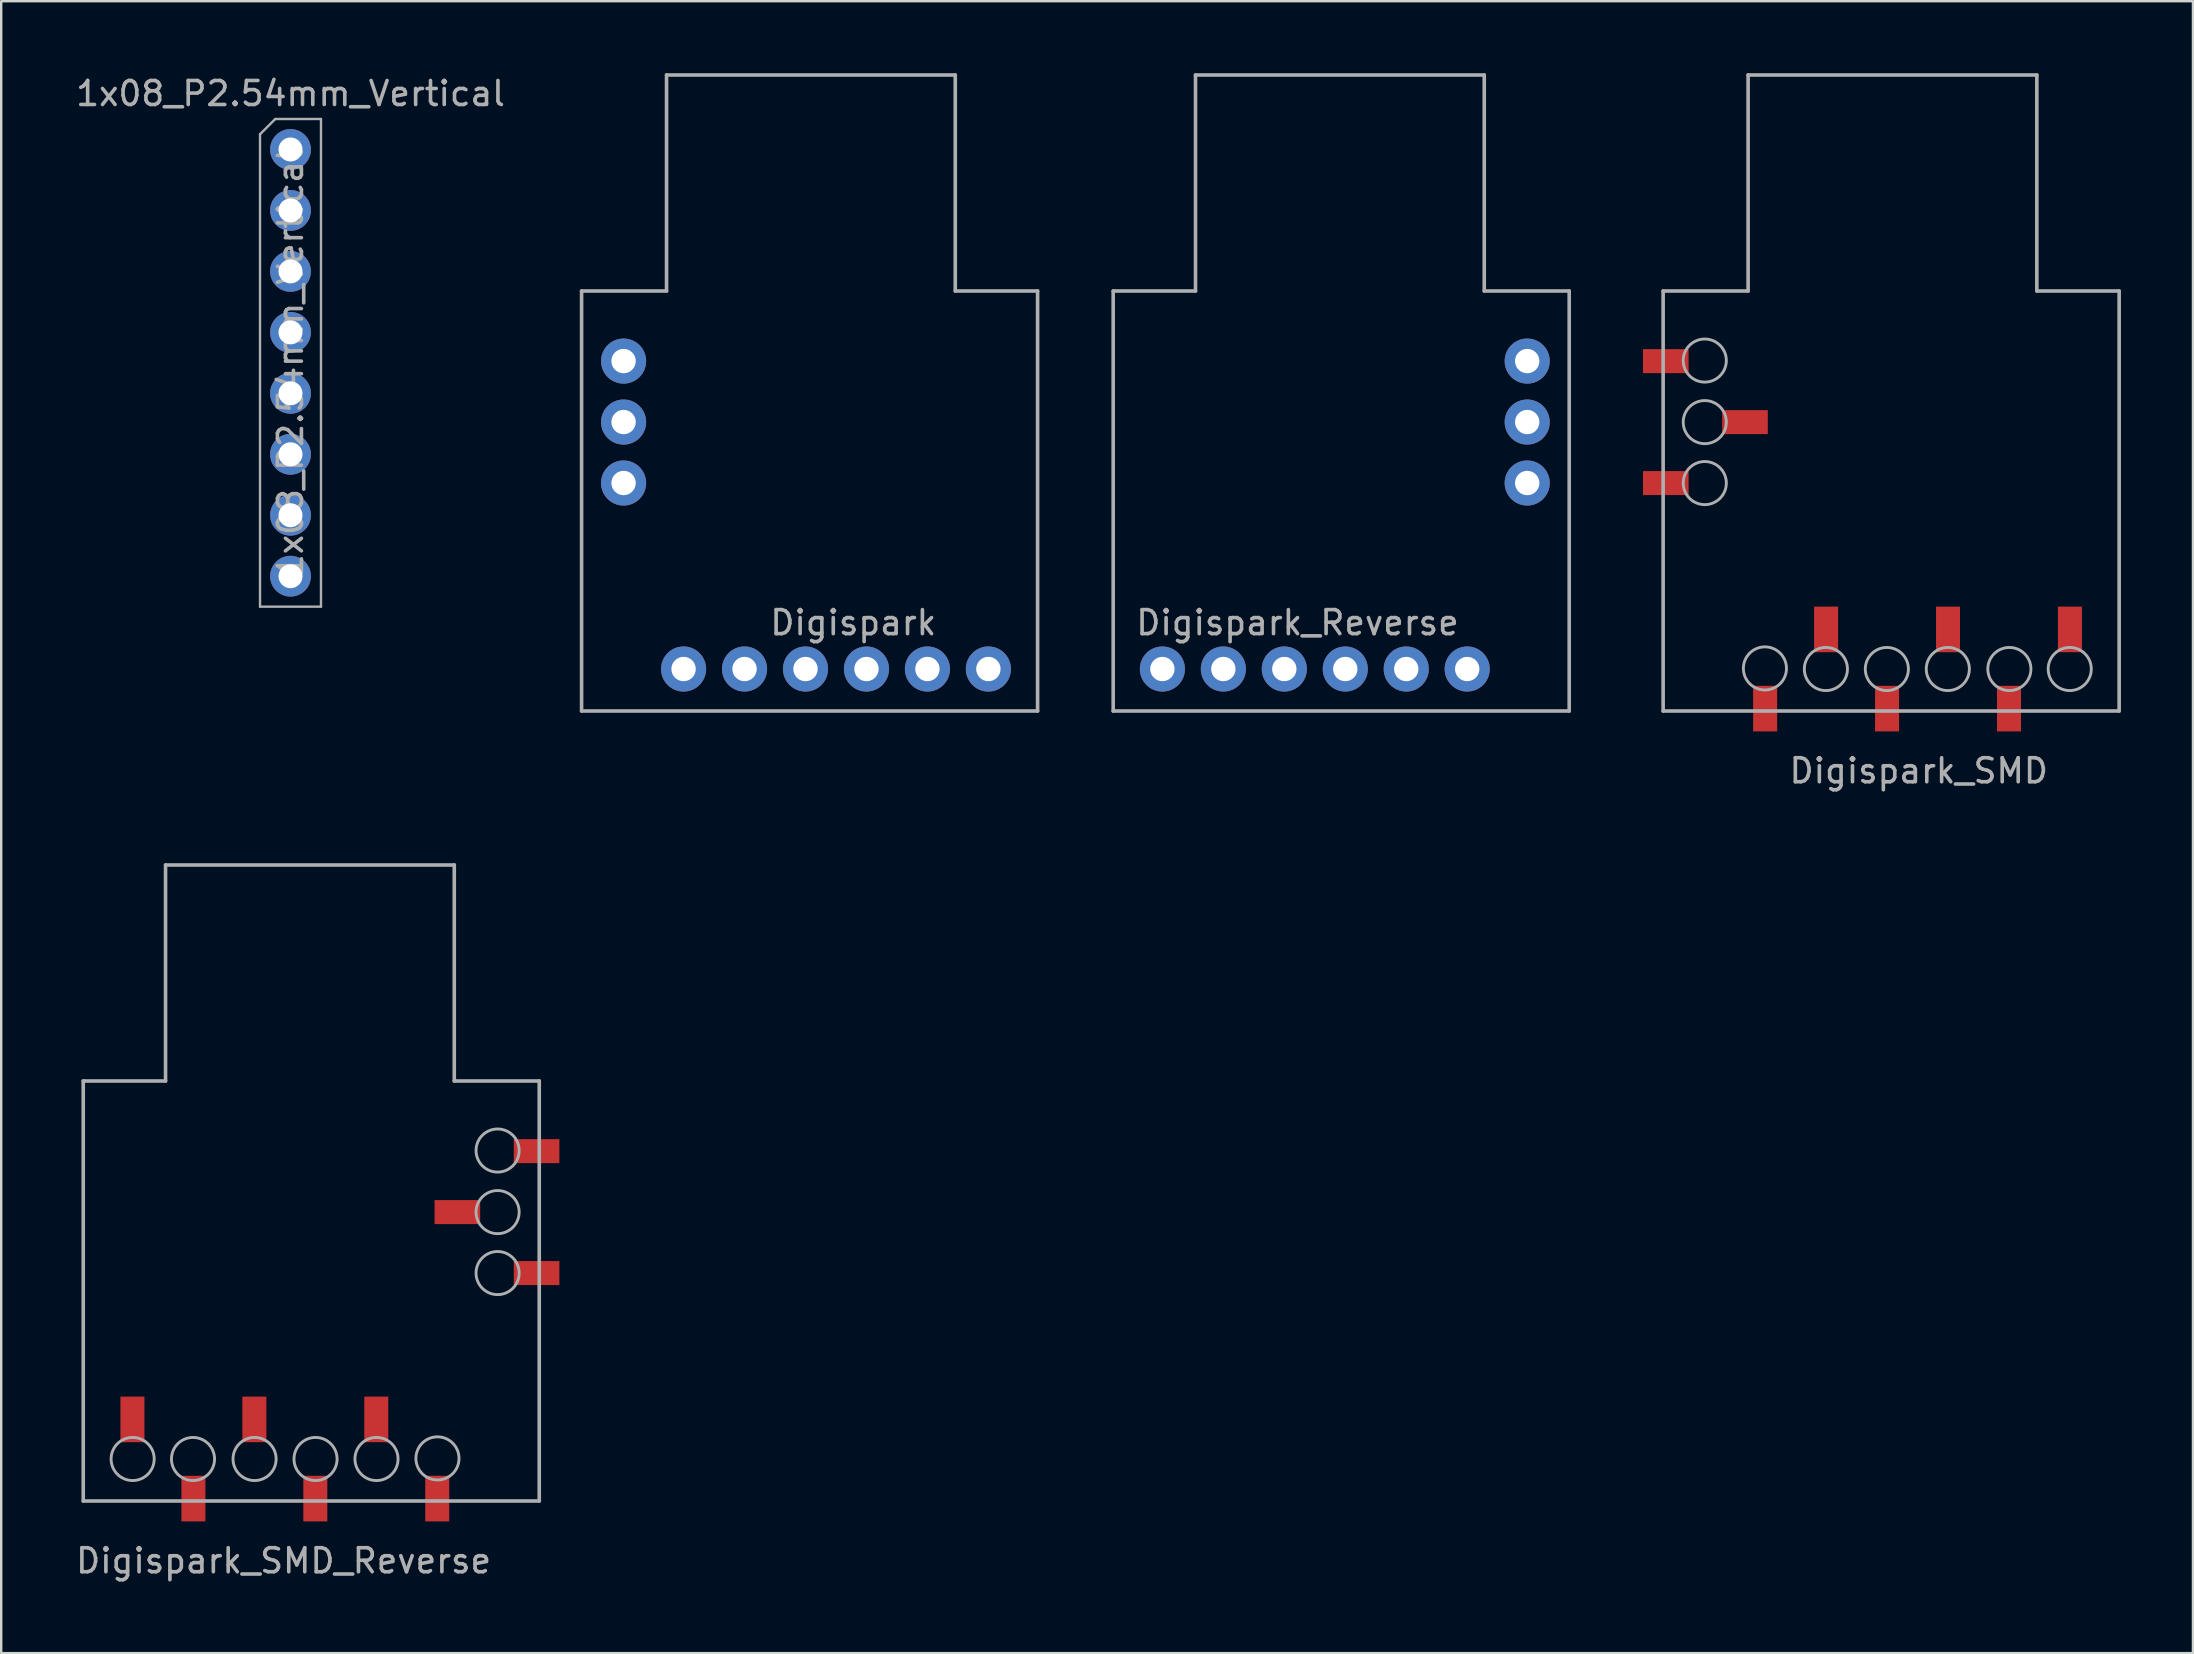
<source format=kicad_pcb>
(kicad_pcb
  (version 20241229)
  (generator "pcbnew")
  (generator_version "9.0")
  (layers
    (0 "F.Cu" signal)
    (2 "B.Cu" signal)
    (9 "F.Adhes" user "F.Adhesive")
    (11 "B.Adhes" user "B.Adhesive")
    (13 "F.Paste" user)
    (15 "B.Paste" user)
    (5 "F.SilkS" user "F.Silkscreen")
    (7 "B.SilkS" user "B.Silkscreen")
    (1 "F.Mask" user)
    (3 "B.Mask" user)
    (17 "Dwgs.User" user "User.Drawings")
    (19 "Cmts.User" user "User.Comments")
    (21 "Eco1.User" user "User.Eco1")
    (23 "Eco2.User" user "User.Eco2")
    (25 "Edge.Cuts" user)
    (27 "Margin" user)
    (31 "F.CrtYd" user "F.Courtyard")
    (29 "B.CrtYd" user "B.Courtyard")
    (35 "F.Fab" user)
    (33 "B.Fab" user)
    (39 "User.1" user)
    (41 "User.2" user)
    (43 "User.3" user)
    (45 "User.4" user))
  (footprint "Digispark_SMD_Reverse"
    (layer "F.Cu")
    (at 9.123 57.74)
    (property "Reference" "Digispark_SMD_Reverse" (at -0.356 4.242 180) (layer "F.Fab") (effects (font (size 1 1) (thickness 0.15))))
    (attr through_hole)
    (fp_line (start -8.705 -15.75) (end -8.705 1.75) (stroke (width 0.15) (type solid)) (layer "F.Fab"))
    (fp_line (start -5.275 -24.75) (end -5.275 -15.75) (stroke (width 0.15) (type solid)) (layer "F.Fab"))
    (fp_line (start -5.275 -24.75) (end 6.755 -24.75) (stroke (width 0.15) (type solid)) (layer "F.Fab"))
    (fp_line (start -5.275 -15.75) (end -8.705 -15.75) (stroke (width 0.15) (type solid)) (layer "F.Fab"))
    (fp_line (start 6.755 -24.75) (end 6.755 -15.75) (stroke (width 0.15) (type solid)) (layer "F.Fab"))
    (fp_line (start 6.755 -15.75) (end 10.295 -15.75) (stroke (width 0.15) (type solid)) (layer "F.Fab"))
    (fp_line (start 10.295 -15.75) (end 10.295 1.75) (stroke (width 0.15) (type solid)) (layer "F.Fab"))
    (fp_line (start 10.295 1.75) (end -8.705 1.75) (stroke (width 0.15) (type solid)) (layer "F.Fab"))
    (fp_circle (center -6.646 0) (end -7.544 0) (stroke (width 0.12) (type solid)) (fill no) (layer "F.Fab"))
    (fp_circle (center -4.131 0) (end -5.029 0) (stroke (width 0.12) (type solid)) (fill no) (layer "F.Fab"))
    (fp_circle (center -1.566 0) (end -2.464 0) (stroke (width 0.12) (type solid)) (fill no) (layer "F.Fab"))
    (fp_circle (center 0.974 0) (end 0.076 0) (stroke (width 0.12) (type solid)) (fill no) (layer "F.Fab"))
    (fp_circle (center 3.514 0) (end 2.616 0) (stroke (width 0.12) (type solid)) (fill no) (layer "F.Fab"))
    (fp_circle (center 6.054 -0.025) (end 5.156 -0.025) (stroke (width 0.12) (type solid)) (fill no) (layer "F.Fab"))
    (fp_circle (center 8.56 -12.852) (end 7.662 -12.852) (stroke (width 0.12) (type solid)) (fill no) (layer "F.Fab"))
    (fp_circle (center 8.56 -10.287) (end 7.662 -10.287) (stroke (width 0.12) (type solid)) (fill no) (layer "F.Fab"))
    (fp_circle (center 8.56 -7.747) (end 7.662 -7.747) (stroke (width 0.12) (type solid)) (fill no) (layer "F.Fab"))
    (pad "1" smd rect (at 6.045 1.65 90) (size 1.9 1) (layers "F.Cu" "F.Mask" "F.Paste"))
    (pad "2" smd rect (at 3.505 -1.65 90) (size 1.9 1) (layers "F.Cu" "F.Mask" "F.Paste"))
    (pad "3" smd rect (at 0.965 1.65 90) (size 1.9 1) (layers "F.Cu" "F.Mask" "F.Paste"))
    (pad "4" smd rect (at -1.575 -1.65 90) (size 1.9 1) (layers "F.Cu" "F.Mask" "F.Paste"))
    (pad "5" smd rect (at -4.115 1.65 90) (size 1.9 1) (layers "F.Cu" "F.Mask" "F.Paste"))
    (pad "6" smd rect (at -6.655 -1.65 90) (size 1.9 1) (layers "F.Cu" "F.Mask" "F.Paste"))
    (pad "7" smd rect (at 10.184 -7.747) (size 1.9 1) (layers "F.Cu" "F.Mask" "F.Paste"))
    (pad "8" smd rect (at 6.884 -10.287) (size 1.9 1) (layers "F.Cu" "F.Mask" "F.Paste"))
    (pad "9" smd rect (at 10.184 -12.827) (size 1.9 1) (layers "F.Cu" "F.Mask" "F.Paste")))
  (footprint "Digispark"
    (layer "F.Cu")
    (at 31.782 24.825)
    (property "Reference" "Digispark" (at 0.72 -1.93 0) (layer "F.Fab") (effects (font (size 1 1) (thickness 0.15))))
    (attr through_hole)
    (fp_line (start -10.6 -15.75) (end -10.6 1.75) (stroke (width 0.15) (type solid)) (layer "F.Fab"))
    (fp_line (start -10.6 1.75) (end 8.4 1.75) (stroke (width 0.15) (type solid)) (layer "F.Fab"))
    (fp_line (start -7.06 -24.75) (end -7.06 -15.75) (stroke (width 0.15) (type solid)) (layer "F.Fab"))
    (fp_line (start -7.06 -15.75) (end -10.6 -15.75) (stroke (width 0.15) (type solid)) (layer "F.Fab"))
    (fp_line (start 4.97 -24.75) (end -7.06 -24.75) (stroke (width 0.15) (type solid)) (layer "F.Fab"))
    (fp_line (start 4.97 -24.75) (end 4.97 -15.75) (stroke (width 0.15) (type solid)) (layer "F.Fab"))
    (fp_line (start 4.97 -15.75) (end 8.4 -15.75) (stroke (width 0.15) (type solid)) (layer "F.Fab"))
    (fp_line (start 8.4 -15.75) (end 8.4 1.75) (stroke (width 0.15) (type solid)) (layer "F.Fab"))
    (pad "1" thru_hole circle (at -6.35 0) (size 1.88 1.88) (drill 1.016) (layers "*.Cu" "*.Mask"))
    (pad "2" thru_hole circle (at -3.81 0) (size 1.88 1.88) (drill 1.016) (layers "*.Cu" "*.Mask"))
    (pad "3" thru_hole circle (at -1.27 0) (size 1.88 1.88) (drill 1.016) (layers "*.Cu" "*.Mask"))
    (pad "4" thru_hole circle (at 1.27 0) (size 1.88 1.88) (drill 1.016) (layers "*.Cu" "*.Mask"))
    (pad "5" thru_hole circle (at 3.81 0) (size 1.88 1.88) (drill 1.016) (layers "*.Cu" "*.Mask"))
    (pad "6" thru_hole circle (at 6.35 0) (size 1.88 1.88) (drill 1.016) (layers "*.Cu" "*.Mask"))
    (pad "7" thru_hole circle (at -8.85 -7.75) (size 1.88 1.88) (drill 1.016) (layers "*.Cu" "*.Mask"))
    (pad "8" thru_hole circle (at -8.85 -10.29) (size 1.88 1.88) (drill 1.016) (layers "*.Cu" "*.Mask"))
    (pad "9" thru_hole circle (at -8.85 -12.83) (size 1.88 1.88) (drill 1.016) (layers "*.Cu" "*.Mask")))
  (footprint "Digispark_Reverse"
    (layer "F.Cu")
    (at 53.002 24.825)
    (property "Reference" "Digispark_Reverse" (at -1.99 -1.93 0) (layer "F.Fab") (effects (font (size 1 1) (thickness 0.15))))
    (attr through_hole)
    (fp_line (start -9.67 -15.75) (end -9.67 1.75) (stroke (width 0.15) (type solid)) (layer "F.Fab"))
    (fp_line (start -6.24 -24.75) (end -6.24 -15.75) (stroke (width 0.15) (type solid)) (layer "F.Fab"))
    (fp_line (start -6.24 -24.75) (end 5.79 -24.75) (stroke (width 0.15) (type solid)) (layer "F.Fab"))
    (fp_line (start -6.24 -15.75) (end -9.67 -15.75) (stroke (width 0.15) (type solid)) (layer "F.Fab"))
    (fp_line (start 5.79 -24.75) (end 5.79 -15.75) (stroke (width 0.15) (type solid)) (layer "F.Fab"))
    (fp_line (start 5.79 -15.75) (end 9.33 -15.75) (stroke (width 0.15) (type solid)) (layer "F.Fab"))
    (fp_line (start 9.33 -15.75) (end 9.33 1.75) (stroke (width 0.15) (type solid)) (layer "F.Fab"))
    (fp_line (start 9.33 1.75) (end -9.67 1.75) (stroke (width 0.15) (type solid)) (layer "F.Fab"))
    (pad "1" thru_hole circle (at 5.08 0) (size 1.88 1.88) (drill 1.016) (layers "*.Cu" "*.Mask"))
    (pad "2" thru_hole circle (at 2.54 0) (size 1.88 1.88) (drill 1.016) (layers "*.Cu" "*.Mask"))
    (pad "3" thru_hole circle (at 0 0) (size 1.88 1.88) (drill 1.016) (layers "*.Cu" "*.Mask"))
    (pad "4" thru_hole circle (at -2.54 0) (size 1.88 1.88) (drill 1.016) (layers "*.Cu" "*.Mask"))
    (pad "5" thru_hole circle (at -5.08 0) (size 1.88 1.88) (drill 1.016) (layers "*.Cu" "*.Mask"))
    (pad "6" thru_hole circle (at -7.62 0) (size 1.88 1.88) (drill 1.016) (layers "*.Cu" "*.Mask"))
    (pad "7" thru_hole circle (at 7.58 -7.75) (size 1.88 1.88) (drill 1.016) (layers "*.Cu" "*.Mask"))
    (pad "8" thru_hole circle (at 7.58 -10.29) (size 1.88 1.88) (drill 1.016) (layers "*.Cu" "*.Mask"))
    (pad "9" thru_hole circle (at 7.58 -12.83) (size 1.88 1.88) (drill 1.016) (layers "*.Cu" "*.Mask")))
  (footprint "Digispark_SMD"
    (layer "F.Cu")
    (at 76.846 14.665)
    (property "Reference" "Digispark_SMD" (at 0.051 14.402 180) (layer "F.Fab") (effects (font (size 1 1) (thickness 0.15))))
    (attr through_hole)
    (fp_line (start -10.6 -5.59) (end -10.6 11.91) (stroke (width 0.15) (type solid)) (layer "F.Fab"))
    (fp_line (start -10.6 11.91) (end 8.4 11.91) (stroke (width 0.15) (type solid)) (layer "F.Fab"))
    (fp_line (start -7.06 -14.59) (end -7.06 -5.59) (stroke (width 0.15) (type solid)) (layer "F.Fab"))
    (fp_line (start -7.06 -5.59) (end -10.6 -5.59) (stroke (width 0.15) (type solid)) (layer "F.Fab"))
    (fp_line (start 4.97 -14.59) (end -7.06 -14.59) (stroke (width 0.15) (type solid)) (layer "F.Fab"))
    (fp_line (start 4.97 -14.59) (end 4.97 -5.59) (stroke (width 0.15) (type solid)) (layer "F.Fab"))
    (fp_line (start 4.97 -5.59) (end 8.4 -5.59) (stroke (width 0.15) (type solid)) (layer "F.Fab"))
    (fp_line (start 8.4 -5.59) (end 8.4 11.91) (stroke (width 0.15) (type solid)) (layer "F.Fab"))
    (fp_circle (center -8.865 -2.692) (end -7.967 -2.692) (stroke (width 0.12) (type solid)) (fill no) (layer "F.Fab"))
    (fp_circle (center -8.865 -0.127) (end -7.967 -0.127) (stroke (width 0.12) (type solid)) (fill no) (layer "F.Fab"))
    (fp_circle (center -8.865 2.413) (end -7.967 2.413) (stroke (width 0.12) (type solid)) (fill no) (layer "F.Fab"))
    (fp_circle (center -6.359 10.135) (end -5.461 10.135) (stroke (width 0.12) (type solid)) (fill no) (layer "F.Fab"))
    (fp_circle (center -3.819 10.16) (end -2.921 10.16) (stroke (width 0.12) (type solid)) (fill no) (layer "F.Fab"))
    (fp_circle (center -1.279 10.16) (end -0.381 10.16) (stroke (width 0.12) (type solid)) (fill no) (layer "F.Fab"))
    (fp_circle (center 1.261 10.16) (end 2.159 10.16) (stroke (width 0.12) (type solid)) (fill no) (layer "F.Fab"))
    (fp_circle (center 3.826 10.16) (end 4.724 10.16) (stroke (width 0.12) (type solid)) (fill no) (layer "F.Fab"))
    (fp_circle (center 6.341 10.16) (end 7.239 10.16) (stroke (width 0.12) (type solid)) (fill no) (layer "F.Fab"))
    (pad "1" smd rect (at -6.35 11.81 270) (size 1.9 1) (layers "F.Cu" "F.Mask" "F.Paste"))
    (pad "2" smd rect (at -3.81 8.51 270) (size 1.9 1) (layers "F.Cu" "F.Mask" "F.Paste"))
    (pad "3" smd rect (at -1.27 11.81 270) (size 1.9 1) (layers "F.Cu" "F.Mask" "F.Paste"))
    (pad "4" smd rect (at 1.27 8.51 270) (size 1.9 1) (layers "F.Cu" "F.Mask" "F.Paste"))
    (pad "5" smd rect (at 3.81 11.81 270) (size 1.9 1) (layers "F.Cu" "F.Mask" "F.Paste"))
    (pad "6" smd rect (at 6.35 8.51 270) (size 1.9 1) (layers "F.Cu" "F.Mask" "F.Paste"))
    (pad "7" smd rect (at -10.489 2.413) (size 1.9 1) (layers "F.Cu" "F.Mask" "F.Paste"))
    (pad "8" smd rect (at -7.189 -0.127) (size 1.9 1) (layers "F.Cu" "F.Mask" "F.Paste"))
    (pad "9" smd rect (at -10.489 -2.667) (size 1.9 1) (layers "F.Cu" "F.Mask" "F.Paste")))
  (footprint "1x08_P2.54mm_Vertical"
    (layer "F.Cu")
    (at 9.054 3.178)
    (property "Reference" "1x08_P2.54mm_Vertical" (at 0 -2.33 0) (layer "F.Fab") (effects (font (size 1 1) (thickness 0.15))))
    (attr through_hole)
    (fp_line (start -1.27 -0.635) (end -0.635 -1.27) (stroke (width 0.1) (type solid)) (layer "F.Fab"))
    (fp_line (start -1.27 19.05) (end -1.27 -0.635) (stroke (width 0.1) (type solid)) (layer "F.Fab"))
    (fp_line (start -0.635 -1.27) (end 1.27 -1.27) (stroke (width 0.1) (type solid)) (layer "F.Fab"))
    (fp_line (start 1.27 -1.27) (end 1.27 19.05) (stroke (width 0.1) (type solid)) (layer "F.Fab"))
    (fp_line (start 1.27 19.05) (end -1.27 19.05) (stroke (width 0.1) (type solid)) (layer "F.Fab"))
    (fp_text user "${REFERENCE}" (at 0 8.89 90) (layer "F.Fab") (effects (font (size 1 1) (thickness 0.15))))
    (pad "1" thru_hole circle (at 0 0) (size 1.7 1.7) (drill 1) (layers "*.Cu" "*.Mask"))
    (pad "2" thru_hole oval (at 0 2.54) (size 1.7 1.7) (drill 1) (layers "*.Cu" "*.Mask"))
    (pad "3" thru_hole oval (at 0 5.08) (size 1.7 1.7) (drill 1) (layers "*.Cu" "*.Mask"))
    (pad "4" thru_hole oval (at 0 7.62) (size 1.7 1.7) (drill 1) (layers "*.Cu" "*.Mask"))
    (pad "5" thru_hole oval (at 0 10.16) (size 1.7 1.7) (drill 1) (layers "*.Cu" "*.Mask"))
    (pad "6" thru_hole oval (at 0 12.7) (size 1.7 1.7) (drill 1) (layers "*.Cu" "*.Mask"))
    (pad "7" thru_hole oval (at 0 15.24) (size 1.7 1.7) (drill 1) (layers "*.Cu" "*.Mask"))
    (pad "8" thru_hole oval (at 0 17.78) (size 1.7 1.7) (drill 1) (layers "*.Cu" "*.Mask")))
  (gr_rect
    (start -3 -3)
    (end 88.321 65.83)
    (stroke (width 0.1) (type default))
    (fill no)
    (layer "Edge.Cuts")))
</source>
